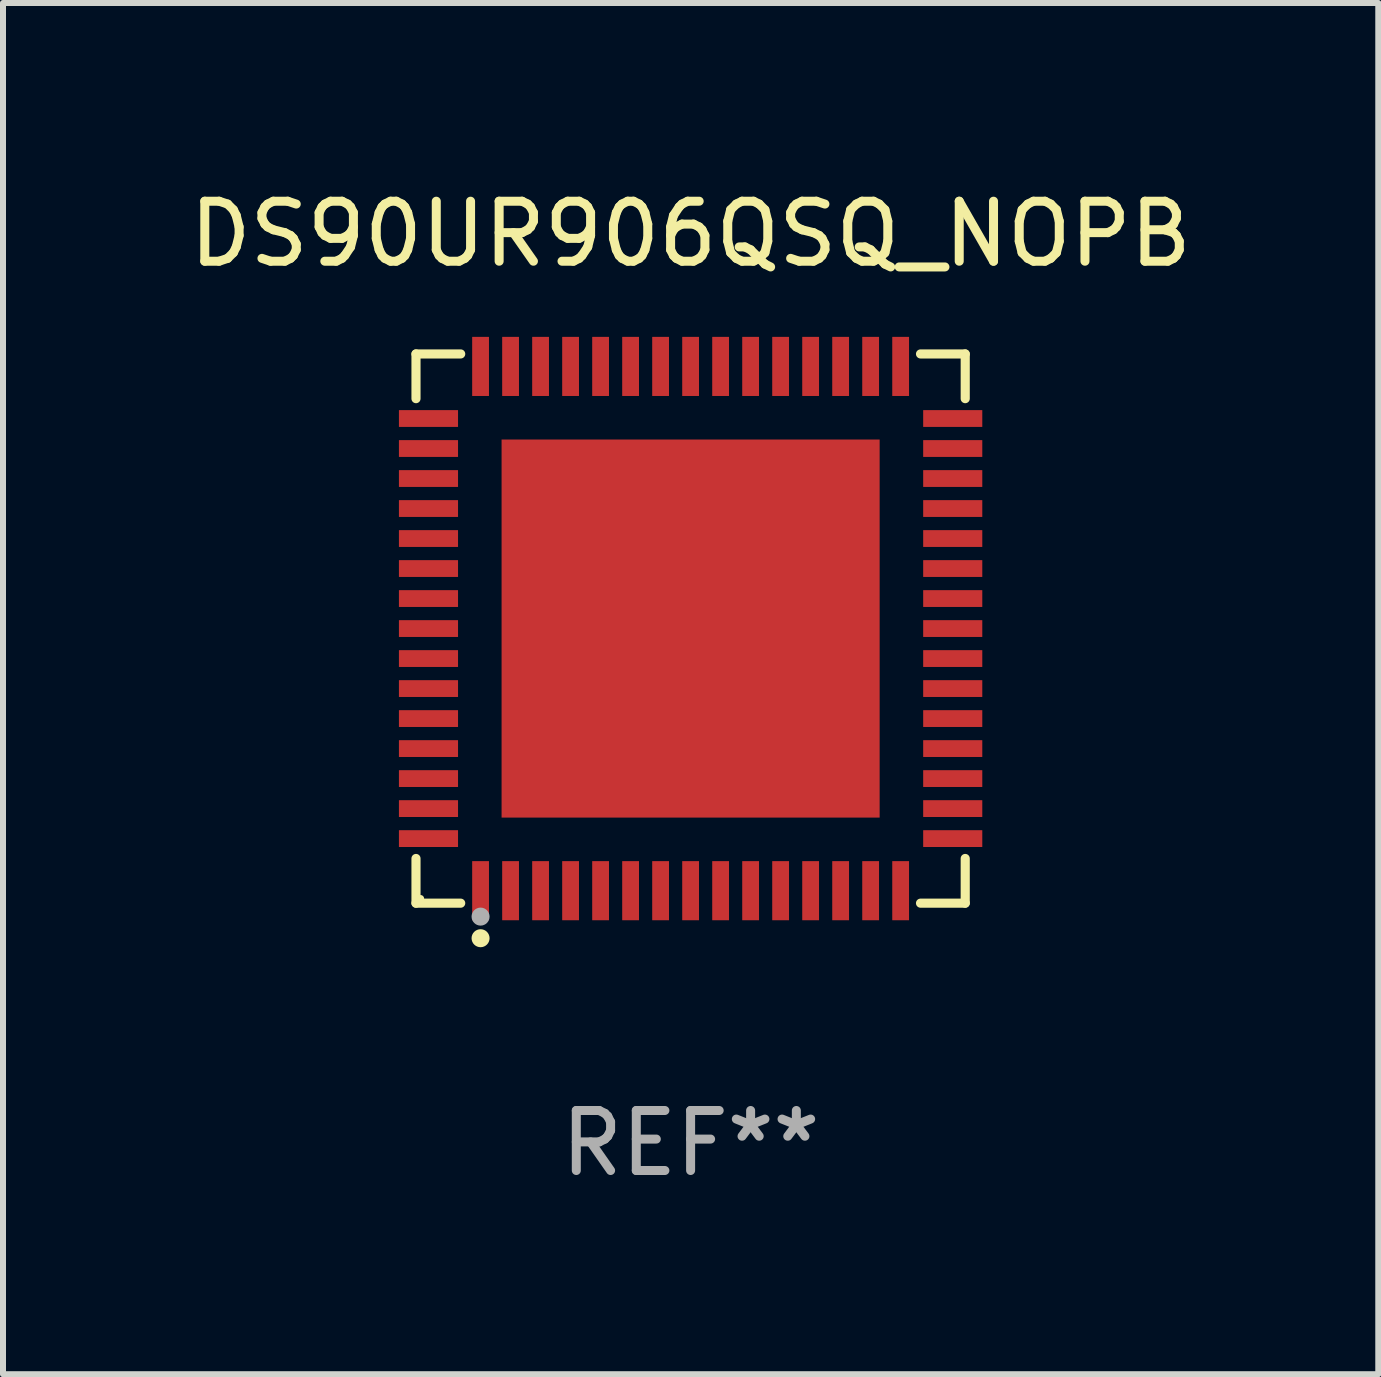
<source format=kicad_pcb>
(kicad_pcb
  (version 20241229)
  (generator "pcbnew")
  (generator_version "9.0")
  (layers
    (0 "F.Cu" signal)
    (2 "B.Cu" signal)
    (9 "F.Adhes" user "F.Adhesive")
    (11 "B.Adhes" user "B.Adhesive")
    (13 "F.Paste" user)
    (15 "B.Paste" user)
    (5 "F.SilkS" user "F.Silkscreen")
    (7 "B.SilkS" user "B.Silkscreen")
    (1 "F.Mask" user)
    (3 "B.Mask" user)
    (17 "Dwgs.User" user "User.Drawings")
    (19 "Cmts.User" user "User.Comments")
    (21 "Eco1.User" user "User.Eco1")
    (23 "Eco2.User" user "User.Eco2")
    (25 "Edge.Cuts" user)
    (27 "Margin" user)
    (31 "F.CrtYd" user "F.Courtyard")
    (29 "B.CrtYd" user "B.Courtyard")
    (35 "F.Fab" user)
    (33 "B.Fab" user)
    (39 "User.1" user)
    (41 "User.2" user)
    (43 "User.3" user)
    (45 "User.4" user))
  (footprint "DS90UR906QSQ_NOPB"
    (layer "F.Cu")
    (at 8.458 7.424)
    (property "Reference" "DS90UR906QSQ_NOPB" (at 0 -6.576 0) (layer "F.SilkS") (effects (font (size 1 1) (thickness 0.15))))
    (attr through_hole)
    (fp_line (start -4.576 -4.576) (end -3.831 -4.576) (stroke (width 0.152) (type solid)) (layer "F.SilkS"))
    (fp_line (start -4.576 -3.831) (end -4.576 -4.576) (stroke (width 0.152) (type solid)) (layer "F.SilkS"))
    (fp_line (start -4.576 3.831) (end -4.576 4.576) (stroke (width 0.152) (type solid)) (layer "F.SilkS"))
    (fp_line (start -4.576 4.576) (end -3.831 4.576) (stroke (width 0.152) (type solid)) (layer "F.SilkS"))
    (fp_line (start 4.576 -4.576) (end 3.831 -4.576) (stroke (width 0.152) (type solid)) (layer "F.SilkS"))
    (fp_line (start 4.576 -3.831) (end 4.576 -4.576) (stroke (width 0.152) (type solid)) (layer "F.SilkS"))
    (fp_line (start 4.576 3.831) (end 4.576 4.576) (stroke (width 0.152) (type solid)) (layer "F.SilkS"))
    (fp_line (start 4.576 4.576) (end 3.831 4.576) (stroke (width 0.152) (type solid)) (layer "F.SilkS"))
    (fp_circle (center -4.5 4.5) (end -4.47 4.5) (stroke (width 0.06) (type solid)) (fill no) (layer "F.SilkS"))
    (fp_circle (center -3.5 5.16) (end -3.425 5.16) (stroke (width 0.15) (type solid)) (fill no) (layer "F.SilkS"))
    (fp_circle (center -3.5 4.8) (end -3.425 4.8) (stroke (width 0.15) (type solid)) (fill no) (layer "F.Fab"))
    (fp_text user "REF**" (at 0 8.576 0) (layer "F.Fab") (effects (font (size 1 1) (thickness 0.15))))
    (pad "1" smd rect (at -3.5 4.368) (size 0.28 0.985) (layers "F.Cu" "F.Mask" "F.Paste"))
    (pad "2" smd rect (at -3 4.368) (size 0.28 0.985) (layers "F.Cu" "F.Mask" "F.Paste"))
    (pad "3" smd rect (at -2.5 4.368) (size 0.28 0.985) (layers "F.Cu" "F.Mask" "F.Paste"))
    (pad "4" smd rect (at -2 4.368) (size 0.28 0.985) (layers "F.Cu" "F.Mask" "F.Paste"))
    (pad "5" smd rect (at -1.5 4.368) (size 0.28 0.985) (layers "F.Cu" "F.Mask" "F.Paste"))
    (pad "6" smd rect (at -1 4.368) (size 0.28 0.985) (layers "F.Cu" "F.Mask" "F.Paste"))
    (pad "7" smd rect (at -0.5 4.368) (size 0.28 0.985) (layers "F.Cu" "F.Mask" "F.Paste"))
    (pad "8" smd rect (at 0 4.368) (size 0.28 0.985) (layers "F.Cu" "F.Mask" "F.Paste"))
    (pad "9" smd rect (at 0.5 4.368) (size 0.28 0.985) (layers "F.Cu" "F.Mask" "F.Paste"))
    (pad "10" smd rect (at 1 4.368) (size 0.28 0.985) (layers "F.Cu" "F.Mask" "F.Paste"))
    (pad "11" smd rect (at 1.5 4.368) (size 0.28 0.985) (layers "F.Cu" "F.Mask" "F.Paste"))
    (pad "12" smd rect (at 2 4.368) (size 0.28 0.985) (layers "F.Cu" "F.Mask" "F.Paste"))
    (pad "13" smd rect (at 2.5 4.368) (size 0.28 0.985) (layers "F.Cu" "F.Mask" "F.Paste"))
    (pad "14" smd rect (at 3 4.368) (size 0.28 0.985) (layers "F.Cu" "F.Mask" "F.Paste"))
    (pad "15" smd rect (at 3.5 4.368) (size 0.28 0.985) (layers "F.Cu" "F.Mask" "F.Paste"))
    (pad "16" smd rect (at 4.368 3.5) (size 0.985 0.28) (layers "F.Cu" "F.Mask" "F.Paste"))
    (pad "17" smd rect (at 4.368 3) (size 0.985 0.28) (layers "F.Cu" "F.Mask" "F.Paste"))
    (pad "18" smd rect (at 4.368 2.5) (size 0.985 0.28) (layers "F.Cu" "F.Mask" "F.Paste"))
    (pad "19" smd rect (at 4.368 2) (size 0.985 0.28) (layers "F.Cu" "F.Mask" "F.Paste"))
    (pad "20" smd rect (at 4.368 1.5) (size 0.985 0.28) (layers "F.Cu" "F.Mask" "F.Paste"))
    (pad "21" smd rect (at 4.368 1) (size 0.985 0.28) (layers "F.Cu" "F.Mask" "F.Paste"))
    (pad "22" smd rect (at 4.368 0.5) (size 0.985 0.28) (layers "F.Cu" "F.Mask" "F.Paste"))
    (pad "23" smd rect (at 4.368 0) (size 0.985 0.28) (layers "F.Cu" "F.Mask" "F.Paste"))
    (pad "24" smd rect (at 4.368 -0.5) (size 0.985 0.28) (layers "F.Cu" "F.Mask" "F.Paste"))
    (pad "25" smd rect (at 4.368 -1) (size 0.985 0.28) (layers "F.Cu" "F.Mask" "F.Paste"))
    (pad "26" smd rect (at 4.368 -1.5) (size 0.985 0.28) (layers "F.Cu" "F.Mask" "F.Paste"))
    (pad "27" smd rect (at 4.368 -2) (size 0.985 0.28) (layers "F.Cu" "F.Mask" "F.Paste"))
    (pad "28" smd rect (at 4.368 -2.5) (size 0.985 0.28) (layers "F.Cu" "F.Mask" "F.Paste"))
    (pad "29" smd rect (at 4.368 -3) (size 0.985 0.28) (layers "F.Cu" "F.Mask" "F.Paste"))
    (pad "30" smd rect (at 4.368 -3.5) (size 0.985 0.28) (layers "F.Cu" "F.Mask" "F.Paste"))
    (pad "31" smd rect (at 3.5 -4.368) (size 0.28 0.985) (layers "F.Cu" "F.Mask" "F.Paste"))
    (pad "32" smd rect (at 3 -4.368) (size 0.28 0.985) (layers "F.Cu" "F.Mask" "F.Paste"))
    (pad "33" smd rect (at 2.5 -4.368) (size 0.28 0.985) (layers "F.Cu" "F.Mask" "F.Paste"))
    (pad "34" smd rect (at 2 -4.368) (size 0.28 0.985) (layers "F.Cu" "F.Mask" "F.Paste"))
    (pad "35" smd rect (at 1.5 -4.368) (size 0.28 0.985) (layers "F.Cu" "F.Mask" "F.Paste"))
    (pad "36" smd rect (at 1 -4.368) (size 0.28 0.985) (layers "F.Cu" "F.Mask" "F.Paste"))
    (pad "37" smd rect (at 0.5 -4.368) (size 0.28 0.985) (layers "F.Cu" "F.Mask" "F.Paste"))
    (pad "38" smd rect (at 0 -4.368) (size 0.28 0.985) (layers "F.Cu" "F.Mask" "F.Paste"))
    (pad "39" smd rect (at -0.5 -4.368) (size 0.28 0.985) (layers "F.Cu" "F.Mask" "F.Paste"))
    (pad "40" smd rect (at -1 -4.368) (size 0.28 0.985) (layers "F.Cu" "F.Mask" "F.Paste"))
    (pad "41" smd rect (at -1.5 -4.368) (size 0.28 0.985) (layers "F.Cu" "F.Mask" "F.Paste"))
    (pad "42" smd rect (at -2 -4.368) (size 0.28 0.985) (layers "F.Cu" "F.Mask" "F.Paste"))
    (pad "43" smd rect (at -2.5 -4.368) (size 0.28 0.985) (layers "F.Cu" "F.Mask" "F.Paste"))
    (pad "44" smd rect (at -3 -4.368) (size 0.28 0.985) (layers "F.Cu" "F.Mask" "F.Paste"))
    (pad "45" smd rect (at -3.5 -4.368) (size 0.28 0.985) (layers "F.Cu" "F.Mask" "F.Paste"))
    (pad "46" smd rect (at -4.368 -3.5) (size 0.985 0.28) (layers "F.Cu" "F.Mask" "F.Paste"))
    (pad "47" smd rect (at -4.368 -3) (size 0.985 0.28) (layers "F.Cu" "F.Mask" "F.Paste"))
    (pad "48" smd rect (at -4.368 -2.5) (size 0.985 0.28) (layers "F.Cu" "F.Mask" "F.Paste"))
    (pad "49" smd rect (at -4.368 -2) (size 0.985 0.28) (layers "F.Cu" "F.Mask" "F.Paste"))
    (pad "50" smd rect (at -4.368 -1.5) (size 0.985 0.28) (layers "F.Cu" "F.Mask" "F.Paste"))
    (pad "51" smd rect (at -4.368 -1) (size 0.985 0.28) (layers "F.Cu" "F.Mask" "F.Paste"))
    (pad "52" smd rect (at -4.368 -0.5) (size 0.985 0.28) (layers "F.Cu" "F.Mask" "F.Paste"))
    (pad "53" smd rect (at -4.368 0) (size 0.985 0.28) (layers "F.Cu" "F.Mask" "F.Paste"))
    (pad "54" smd rect (at -4.368 0.5) (size 0.985 0.28) (layers "F.Cu" "F.Mask" "F.Paste"))
    (pad "55" smd rect (at -4.368 1) (size 0.985 0.28) (layers "F.Cu" "F.Mask" "F.Paste"))
    (pad "56" smd rect (at -4.368 1.5) (size 0.985 0.28) (layers "F.Cu" "F.Mask" "F.Paste"))
    (pad "57" smd rect (at -4.368 2) (size 0.985 0.28) (layers "F.Cu" "F.Mask" "F.Paste"))
    (pad "58" smd rect (at -4.368 2.5) (size 0.985 0.28) (layers "F.Cu" "F.Mask" "F.Paste"))
    (pad "59" smd rect (at -4.368 3) (size 0.985 0.28) (layers "F.Cu" "F.Mask" "F.Paste"))
    (pad "60" smd rect (at -4.368 3.5) (size 0.985 0.28) (layers "F.Cu" "F.Mask" "F.Paste"))
    (pad "61" smd rect (at 0 0) (size 6.3 6.3) (layers "F.Cu" "F.Mask" "F.Paste")))
  (gr_rect
    (start -3 -3)
    (end 19.917 19.849)
    (stroke (width 0.1) (type default))
    (fill no)
    (layer "Edge.Cuts")))
</source>
